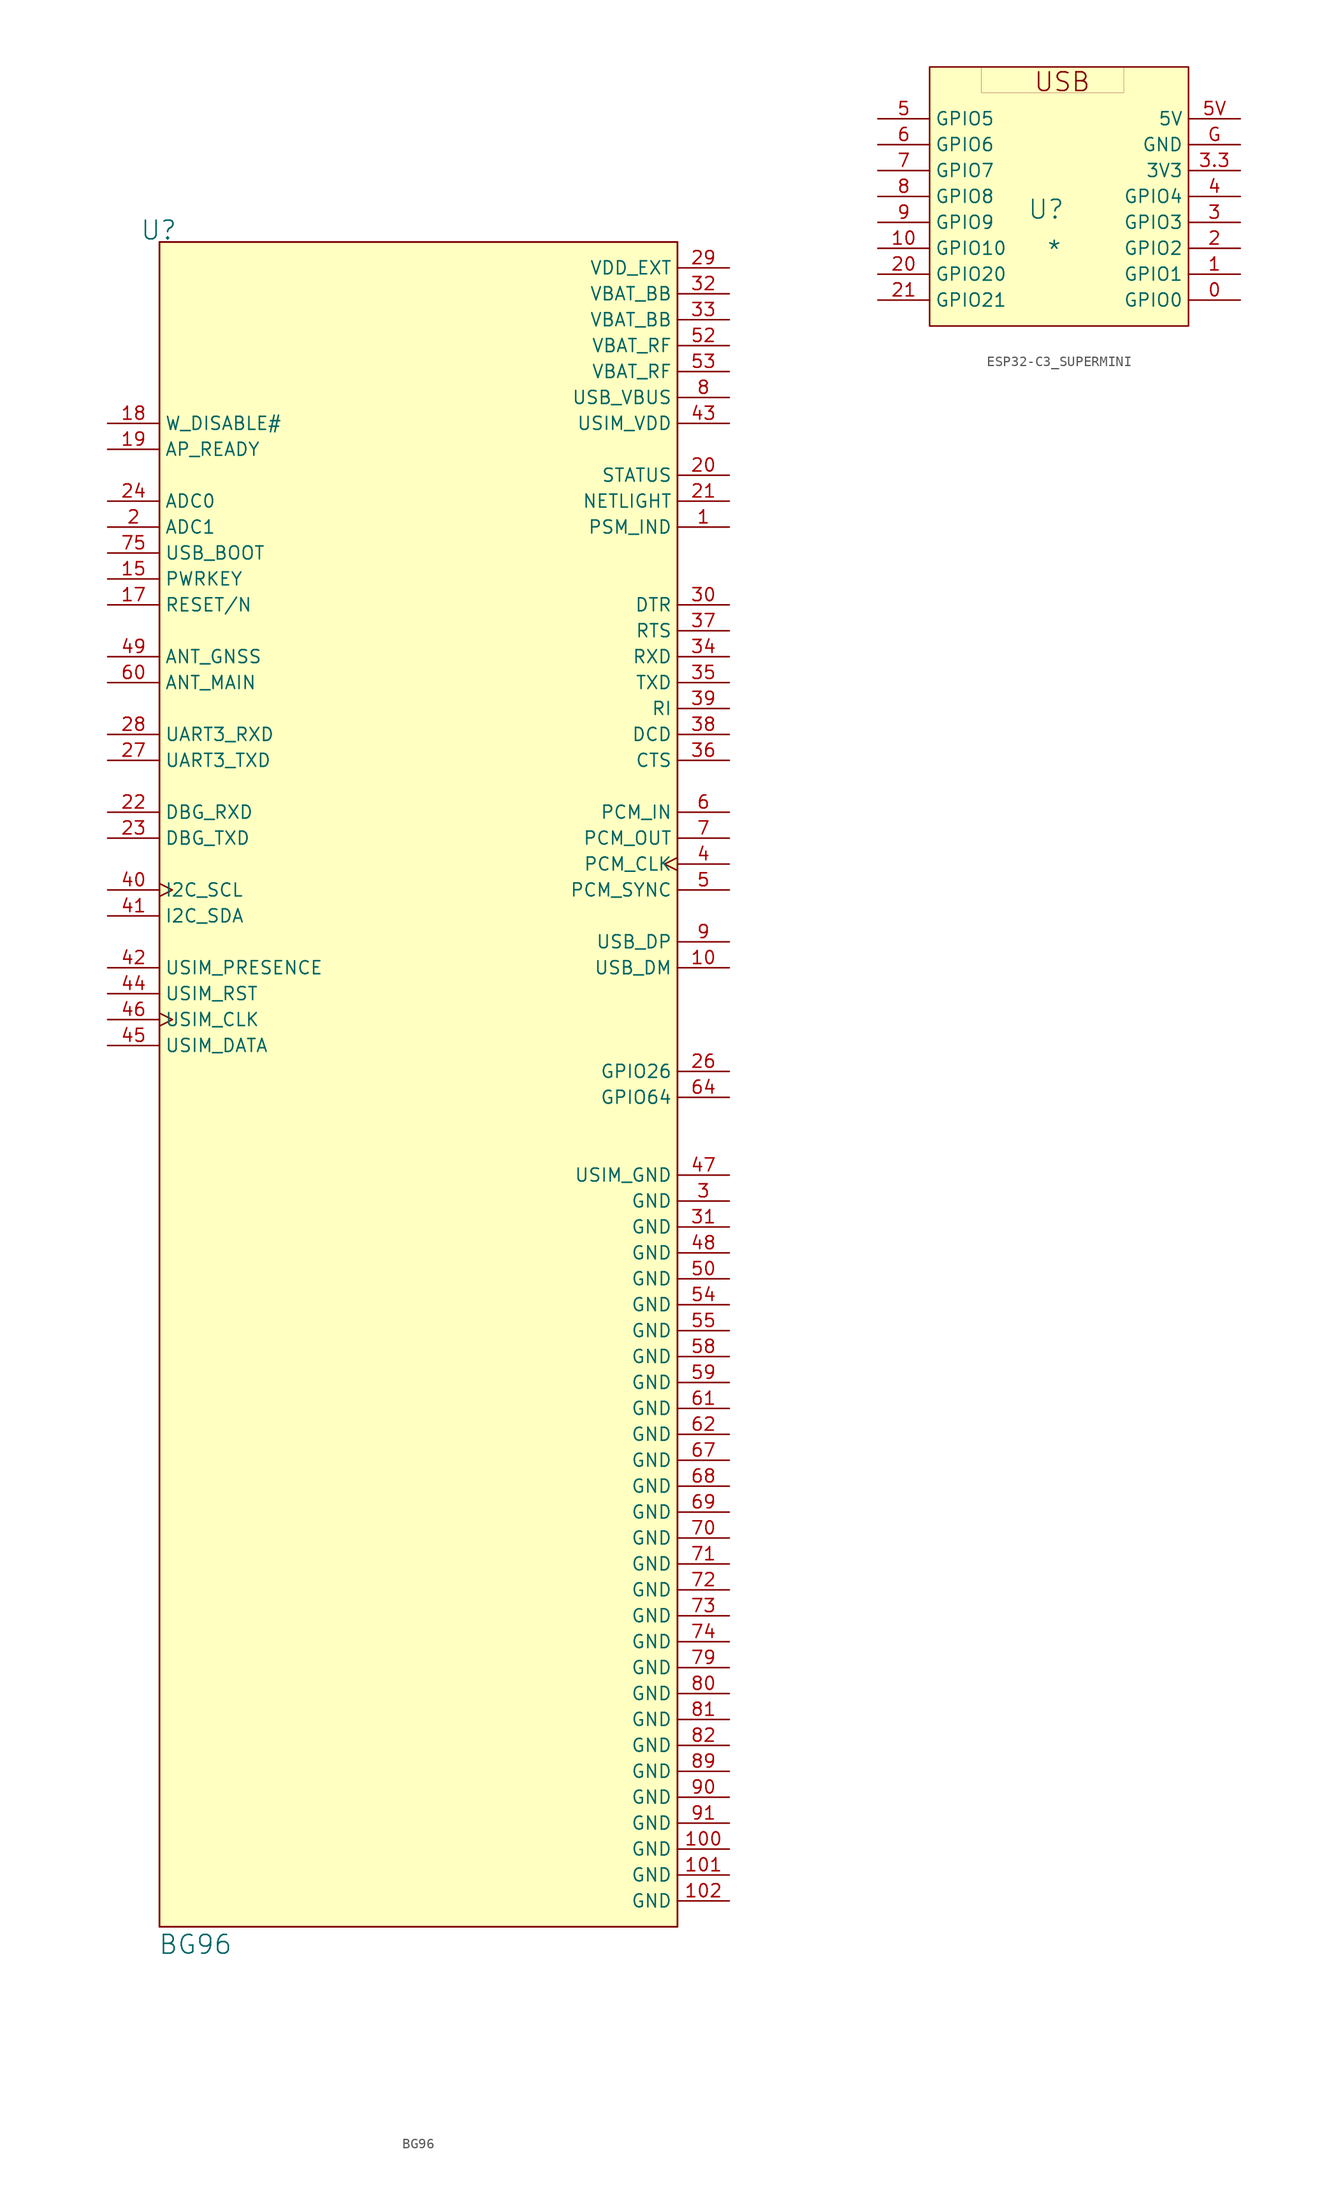
<source format=kicad_sym>
(kicad_symbol_lib
  (version 20241209)
  (generator "kicad_symbol_editor")
  (generator_version "9.0")
  (symbol "BG96"
    (property "Reference" "U"
      (at -25.47 46.866 0)
      (effects (font (size 1.829 1.829))))
    (property "Value" "BG96"
      (at -25.54 -122.186 0)
      (effects (font (size 1.829 1.829)) (justify left bottom)))
    (symbol "BG96_1_0"
      (polyline (pts (xy -25.4 45.72) (xy -25.4 -119.38)) (stroke (width 0) (type solid)) (fill (type none)))
      (polyline (pts (xy -25.4 -119.38) (xy 25.4 -119.38)) (stroke (width 0) (type solid)) (fill (type none)))
      (polyline (pts (xy 25.4 45.72) (xy -25.4 45.72)) (stroke (width 0) (type solid)) (fill (type none)))
      (rectangle (start 25.4 45.72) (end -25.4 -119.38) (stroke (width 0) (type solid) (color 128 0 0 1)) (fill (type background)))
      (polyline (pts (xy 25.4 -119.38) (xy 25.4 45.72)) (stroke (width 0) (type solid)) (fill (type none)))
      (pin input line (at -30.48 27.94 0) (length 5.08) (name "W_DISABLE#" (effects (font (size 1.27 1.27)))) (number "18" (effects (font (size 1.27 1.27)))))
      (pin input line (at -30.48 25.4 0) (length 5.08) (name "AP_READY" (effects (font (size 1.27 1.27)))) (number "19" (effects (font (size 1.27 1.27)))))
      (pin input line (at -30.48 20.32 0) (length 5.08) (name "ADC0" (effects (font (size 1.27 1.27)))) (number "24" (effects (font (size 1.27 1.27)))))
      (pin input line (at -30.48 17.78 0) (length 5.08) (name "ADC1" (effects (font (size 1.27 1.27)))) (number "2" (effects (font (size 1.27 1.27)))))
      (pin input line (at -30.48 15.24 0) (length 5.08) (name "USB_BOOT" (effects (font (size 1.27 1.27)))) (number "75" (effects (font (size 1.27 1.27)))))
      (pin input line (at -30.48 12.7 0) (length 5.08) (name "PWRKEY" (effects (font (size 1.27 1.27)))) (number "15" (effects (font (size 1.27 1.27)))))
      (pin input line (at -30.48 10.16 0) (length 5.08) (name "RESET/N" (effects (font (size 1.27 1.27)))) (number "17" (effects (font (size 1.27 1.27)))))
      (pin input line (at -30.48 5.08 0) (length 5.08) (name "ANT_GNSS" (effects (font (size 1.27 1.27)))) (number "49" (effects (font (size 1.27 1.27)))))
      (pin bidirectional line (at -30.48 2.54 0) (length 5.08) (name "ANT_MAIN" (effects (font (size 1.27 1.27)))) (number "60" (effects (font (size 1.27 1.27)))))
      (pin input line (at -30.48 -2.54 0) (length 5.08) (name "UART3_RXD" (effects (font (size 1.27 1.27)))) (number "28" (effects (font (size 1.27 1.27)))))
      (pin output line (at -30.48 -5.08 0) (length 5.08) (name "UART3_TXD" (effects (font (size 1.27 1.27)))) (number "27" (effects (font (size 1.27 1.27)))))
      (pin input line (at -30.48 -10.16 0) (length 5.08) (name "DBG_RXD" (effects (font (size 1.27 1.27)))) (number "22" (effects (font (size 1.27 1.27)))))
      (pin output line (at -30.48 -12.7 0) (length 5.08) (name "DBG_TXD" (effects (font (size 1.27 1.27)))) (number "23" (effects (font (size 1.27 1.27)))))
      (pin input clock (at -30.48 -17.78 0) (length 5.08) (name "I2C_SCL" (effects (font (size 1.27 1.27)))) (number "40" (effects (font (size 1.27 1.27)))))
      (pin bidirectional line (at -30.48 -20.32 0) (length 5.08) (name "I2C_SDA" (effects (font (size 1.27 1.27)))) (number "41" (effects (font (size 1.27 1.27)))))
      (pin input line (at -30.48 -25.4 0) (length 5.08) (name "USIM_PRESENCE" (effects (font (size 1.27 1.27)))) (number "42" (effects (font (size 1.27 1.27)))))
      (pin output line (at -30.48 -27.94 0) (length 5.08) (name "USIM_RST" (effects (font (size 1.27 1.27)))) (number "44" (effects (font (size 1.27 1.27)))))
      (pin output clock (at -30.48 -30.48 0) (length 5.08) (name "USIM_CLK" (effects (font (size 1.27 1.27)))) (number "46" (effects (font (size 1.27 1.27)))))
      (pin bidirectional line (at -30.48 -33.02 0) (length 5.08) (name "USIM_DATA" (effects (font (size 1.27 1.27)))) (number "45" (effects (font (size 1.27 1.27)))))
      (pin power_in line (at 30.48 43.18 180) (length 5.08) (name "VDD_EXT" (effects (font (size 1.27 1.27)))) (number "29" (effects (font (size 1.27 1.27)))))
      (pin power_in line (at 30.48 40.64 180) (length 5.08) (name "VBAT_BB" (effects (font (size 1.27 1.27)))) (number "32" (effects (font (size 1.27 1.27)))))
      (pin power_in line (at 30.48 38.1 180) (length 5.08) (name "VBAT_BB" (effects (font (size 1.27 1.27)))) (number "33" (effects (font (size 1.27 1.27)))))
      (pin power_in line (at 30.48 35.56 180) (length 5.08) (name "VBAT_RF" (effects (font (size 1.27 1.27)))) (number "52" (effects (font (size 1.27 1.27)))))
      (pin power_in line (at 30.48 33.02 180) (length 5.08) (name "VBAT_RF" (effects (font (size 1.27 1.27)))) (number "53" (effects (font (size 1.27 1.27)))))
      (pin power_in line (at 30.48 30.48 180) (length 5.08) (name "USB_VBUS" (effects (font (size 1.27 1.27)))) (number "8" (effects (font (size 1.27 1.27)))))
      (pin power_in line (at 30.48 27.94 180) (length 5.08) (name "USIM_VDD" (effects (font (size 1.27 1.27)))) (number "43" (effects (font (size 1.27 1.27)))))
      (pin output line (at 30.48 22.86 180) (length 5.08) (name "STATUS" (effects (font (size 1.27 1.27)))) (number "20" (effects (font (size 1.27 1.27)))))
      (pin output line (at 30.48 20.32 180) (length 5.08) (name "NETLIGHT" (effects (font (size 1.27 1.27)))) (number "21" (effects (font (size 1.27 1.27)))))
      (pin output line (at 30.48 17.78 180) (length 5.08) (name "PSM_IND" (effects (font (size 1.27 1.27)))) (number "1" (effects (font (size 1.27 1.27)))))
      (pin input line (at 30.48 10.16 180) (length 5.08) (name "DTR" (effects (font (size 1.27 1.27)))) (number "30" (effects (font (size 1.27 1.27)))))
      (pin input line (at 30.48 7.62 180) (length 5.08) (name "RTS" (effects (font (size 1.27 1.27)))) (number "37" (effects (font (size 1.27 1.27)))))
      (pin input line (at 30.48 5.08 180) (length 5.08) (name "RXD" (effects (font (size 1.27 1.27)))) (number "34" (effects (font (size 1.27 1.27)))))
      (pin output line (at 30.48 2.54 180) (length 5.08) (name "TXD" (effects (font (size 1.27 1.27)))) (number "35" (effects (font (size 1.27 1.27)))))
      (pin output line (at 30.48 0 180) (length 5.08) (name "RI" (effects (font (size 1.27 1.27)))) (number "39" (effects (font (size 1.27 1.27)))))
      (pin output line (at 30.48 -2.54 180) (length 5.08) (name "DCD" (effects (font (size 1.27 1.27)))) (number "38" (effects (font (size 1.27 1.27)))))
      (pin output line (at 30.48 -5.08 180) (length 5.08) (name "CTS" (effects (font (size 1.27 1.27)))) (number "36" (effects (font (size 1.27 1.27)))))
      (pin input line (at 30.48 -10.16 180) (length 5.08) (name "PCM_IN" (effects (font (size 1.27 1.27)))) (number "6" (effects (font (size 1.27 1.27)))))
      (pin output line (at 30.48 -12.7 180) (length 5.08) (name "PCM_OUT" (effects (font (size 1.27 1.27)))) (number "7" (effects (font (size 1.27 1.27)))))
      (pin output clock (at 30.48 -15.24 180) (length 5.08) (name "PCM_CLK" (effects (font (size 1.27 1.27)))) (number "4" (effects (font (size 1.27 1.27)))))
      (pin output line (at 30.48 -17.78 180) (length 5.08) (name "PCM_SYNC" (effects (font (size 1.27 1.27)))) (number "5" (effects (font (size 1.27 1.27)))))
      (pin bidirectional line (at 30.48 -22.86 180) (length 5.08) (name "USB_DP" (effects (font (size 1.27 1.27)))) (number "9" (effects (font (size 1.27 1.27)))))
      (pin bidirectional line (at 30.48 -25.4 180) (length 5.08) (name "USB_DM" (effects (font (size 1.27 1.27)))) (number "10" (effects (font (size 1.27 1.27)))))
      (pin bidirectional line (at 30.48 -35.56 180) (length 5.08) (name "GPIO26" (effects (font (size 1.27 1.27)))) (number "26" (effects (font (size 1.27 1.27)))))
      (pin bidirectional line (at 30.48 -38.1 180) (length 5.08) (name "GPIO64" (effects (font (size 1.27 1.27)))) (number "64" (effects (font (size 1.27 1.27)))))
      (pin power_in line (at 30.48 -45.72 180) (length 5.08) (name "USIM_GND" (effects (font (size 1.27 1.27)))) (number "47" (effects (font (size 1.27 1.27)))))
      (pin power_in line (at 30.48 -48.26 180) (length 5.08) (name "GND" (effects (font (size 1.27 1.27)))) (number "3" (effects (font (size 1.27 1.27)))))
      (pin power_in line (at 30.48 -50.8 180) (length 5.08) (name "GND" (effects (font (size 1.27 1.27)))) (number "31" (effects (font (size 1.27 1.27)))))
      (pin power_in line (at 30.48 -53.34 180) (length 5.08) (name "GND" (effects (font (size 1.27 1.27)))) (number "48" (effects (font (size 1.27 1.27)))))
      (pin power_in line (at 30.48 -55.88 180) (length 5.08) (name "GND" (effects (font (size 1.27 1.27)))) (number "50" (effects (font (size 1.27 1.27)))))
      (pin power_in line (at 30.48 -58.42 180) (length 5.08) (name "GND" (effects (font (size 1.27 1.27)))) (number "54" (effects (font (size 1.27 1.27)))))
      (pin power_in line (at 30.48 -60.96 180) (length 5.08) (name "GND" (effects (font (size 1.27 1.27)))) (number "55" (effects (font (size 1.27 1.27)))))
      (pin power_in line (at 30.48 -63.5 180) (length 5.08) (name "GND" (effects (font (size 1.27 1.27)))) (number "58" (effects (font (size 1.27 1.27)))))
      (pin power_in line (at 30.48 -66.04 180) (length 5.08) (name "GND" (effects (font (size 1.27 1.27)))) (number "59" (effects (font (size 1.27 1.27)))))
      (pin power_in line (at 30.48 -68.58 180) (length 5.08) (name "GND" (effects (font (size 1.27 1.27)))) (number "61" (effects (font (size 1.27 1.27)))))
      (pin power_in line (at 30.48 -71.12 180) (length 5.08) (name "GND" (effects (font (size 1.27 1.27)))) (number "62" (effects (font (size 1.27 1.27)))))
      (pin power_in line (at 30.48 -73.66 180) (length 5.08) (name "GND" (effects (font (size 1.27 1.27)))) (number "67" (effects (font (size 1.27 1.27)))))
      (pin power_in line (at 30.48 -76.2 180) (length 5.08) (name "GND" (effects (font (size 1.27 1.27)))) (number "68" (effects (font (size 1.27 1.27)))))
      (pin power_in line (at 30.48 -78.74 180) (length 5.08) (name "GND" (effects (font (size 1.27 1.27)))) (number "69" (effects (font (size 1.27 1.27)))))
      (pin power_in line (at 30.48 -81.28 180) (length 5.08) (name "GND" (effects (font (size 1.27 1.27)))) (number "70" (effects (font (size 1.27 1.27)))))
      (pin power_in line (at 30.48 -83.82 180) (length 5.08) (name "GND" (effects (font (size 1.27 1.27)))) (number "71" (effects (font (size 1.27 1.27)))))
      (pin power_in line (at 30.48 -86.36 180) (length 5.08) (name "GND" (effects (font (size 1.27 1.27)))) (number "72" (effects (font (size 1.27 1.27)))))
      (pin power_in line (at 30.48 -88.9 180) (length 5.08) (name "GND" (effects (font (size 1.27 1.27)))) (number "73" (effects (font (size 1.27 1.27)))))
      (pin power_in line (at 30.48 -91.44 180) (length 5.08) (name "GND" (effects (font (size 1.27 1.27)))) (number "74" (effects (font (size 1.27 1.27)))))
      (pin power_in line (at 30.48 -93.98 180) (length 5.08) (name "GND" (effects (font (size 1.27 1.27)))) (number "79" (effects (font (size 1.27 1.27)))))
      (pin power_in line (at 30.48 -96.52 180) (length 5.08) (name "GND" (effects (font (size 1.27 1.27)))) (number "80" (effects (font (size 1.27 1.27)))))
      (pin power_in line (at 30.48 -99.06 180) (length 5.08) (name "GND" (effects (font (size 1.27 1.27)))) (number "81" (effects (font (size 1.27 1.27)))))
      (pin power_in line (at 30.48 -101.6 180) (length 5.08) (name "GND" (effects (font (size 1.27 1.27)))) (number "82" (effects (font (size 1.27 1.27)))))
      (pin power_in line (at 30.48 -104.14 180) (length 5.08) (name "GND" (effects (font (size 1.27 1.27)))) (number "89" (effects (font (size 1.27 1.27)))))
      (pin power_in line (at 30.48 -106.68 180) (length 5.08) (name "GND" (effects (font (size 1.27 1.27)))) (number "90" (effects (font (size 1.27 1.27)))))
      (pin power_in line (at 30.48 -109.22 180) (length 5.08) (name "GND" (effects (font (size 1.27 1.27)))) (number "91" (effects (font (size 1.27 1.27)))))
      (pin power_in line (at 30.48 -111.76 180) (length 5.08) (name "GND" (effects (font (size 1.27 1.27)))) (number "100" (effects (font (size 1.27 1.27)))))
      (pin power_in line (at 30.48 -114.3 180) (length 5.08) (name "GND" (effects (font (size 1.27 1.27)))) (number "101" (effects (font (size 1.27 1.27)))))
      (pin power_in line (at 30.48 -116.84 180) (length 5.08) (name "GND" (effects (font (size 1.27 1.27)))) (number "102" (effects (font (size 1.27 1.27)))))))
  (symbol "ESP32-C3_SUPERMINI"
    (property "Reference" "U"
      (at -1.27 1.27 0)
      (effects (font (size 1.829 1.829))))
    (property "Value" "*"
      (at -1.27 -3.81 0)
      (effects (font (size 1.829 1.829)) (justify left bottom)))
    (symbol "ESP32-C3_SUPERMINI_1_0"
      (rectangle (start 6.35 15.24) (end -7.62 12.7) (stroke (width 0.025) (type solid) (color 128 0 0 1)) (fill (type color) (color 192 192 192 1)))
      (rectangle (start 12.7 15.24) (end -12.7 -10.16) (stroke (width 0) (type solid) (color 128 0 0 1)) (fill (type background)))
      (text "USB" (at -2.54 12.7 0) (effects (font (size 1.829 1.829)) (justify left bottom)))
      (pin bidirectional line (at -17.78 10.16 0) (length 5.08) (name "GPIO5" (effects (font (size 1.27 1.27)))) (number "5" (effects (font (size 1.27 1.27)))))
      (pin bidirectional line (at -17.78 7.62 0) (length 5.08) (name "GPIO6" (effects (font (size 1.27 1.27)))) (number "6" (effects (font (size 1.27 1.27)))))
      (pin bidirectional line (at -17.78 5.08 0) (length 5.08) (name "GPIO7" (effects (font (size 1.27 1.27)))) (number "7" (effects (font (size 1.27 1.27)))))
      (pin bidirectional line (at -17.78 2.54 0) (length 5.08) (name "GPIO8" (effects (font (size 1.27 1.27)))) (number "8" (effects (font (size 1.27 1.27)))))
      (pin bidirectional line (at -17.78 0 0) (length 5.08) (name "GPIO9" (effects (font (size 1.27 1.27)))) (number "9" (effects (font (size 1.27 1.27)))))
      (pin bidirectional line (at -17.78 -2.54 0) (length 5.08) (name "GPIO10" (effects (font (size 1.27 1.27)))) (number "10" (effects (font (size 1.27 1.27)))))
      (pin bidirectional line (at -17.78 -5.08 0) (length 5.08) (name "GPIO20" (effects (font (size 1.27 1.27)))) (number "20" (effects (font (size 1.27 1.27)))))
      (pin bidirectional line (at -17.78 -7.62 0) (length 5.08) (name "GPIO21" (effects (font (size 1.27 1.27)))) (number "21" (effects (font (size 1.27 1.27)))))
      (pin power_in line (at 17.78 10.16 180) (length 5.08) (name "5V" (effects (font (size 1.27 1.27)))) (number "5V" (effects (font (size 1.27 1.27)))))
      (pin power_in line (at 17.78 7.62 180) (length 5.08) (name "GND" (effects (font (size 1.27 1.27)))) (number "G" (effects (font (size 1.27 1.27)))))
      (pin power_in line (at 17.78 5.08 180) (length 5.08) (name "3V3" (effects (font (size 1.27 1.27)))) (number "3.3" (effects (font (size 1.27 1.27)))))
      (pin bidirectional line (at 17.78 2.54 180) (length 5.08) (name "GPIO4" (effects (font (size 1.27 1.27)))) (number "4" (effects (font (size 1.27 1.27)))))
      (pin bidirectional line (at 17.78 0 180) (length 5.08) (name "GPIO3" (effects (font (size 1.27 1.27)))) (number "3" (effects (font (size 1.27 1.27)))))
      (pin bidirectional line (at 17.78 -2.54 180) (length 5.08) (name "GPIO2" (effects (font (size 1.27 1.27)))) (number "2" (effects (font (size 1.27 1.27)))))
      (pin bidirectional line (at 17.78 -5.08 180) (length 5.08) (name "GPIO1" (effects (font (size 1.27 1.27)))) (number "1" (effects (font (size 1.27 1.27)))))
      (pin bidirectional line (at 17.78 -7.62 180) (length 5.08) (name "GPIO0" (effects (font (size 1.27 1.27)))) (number "0" (effects (font (size 1.27 1.27))))))))
</source>
